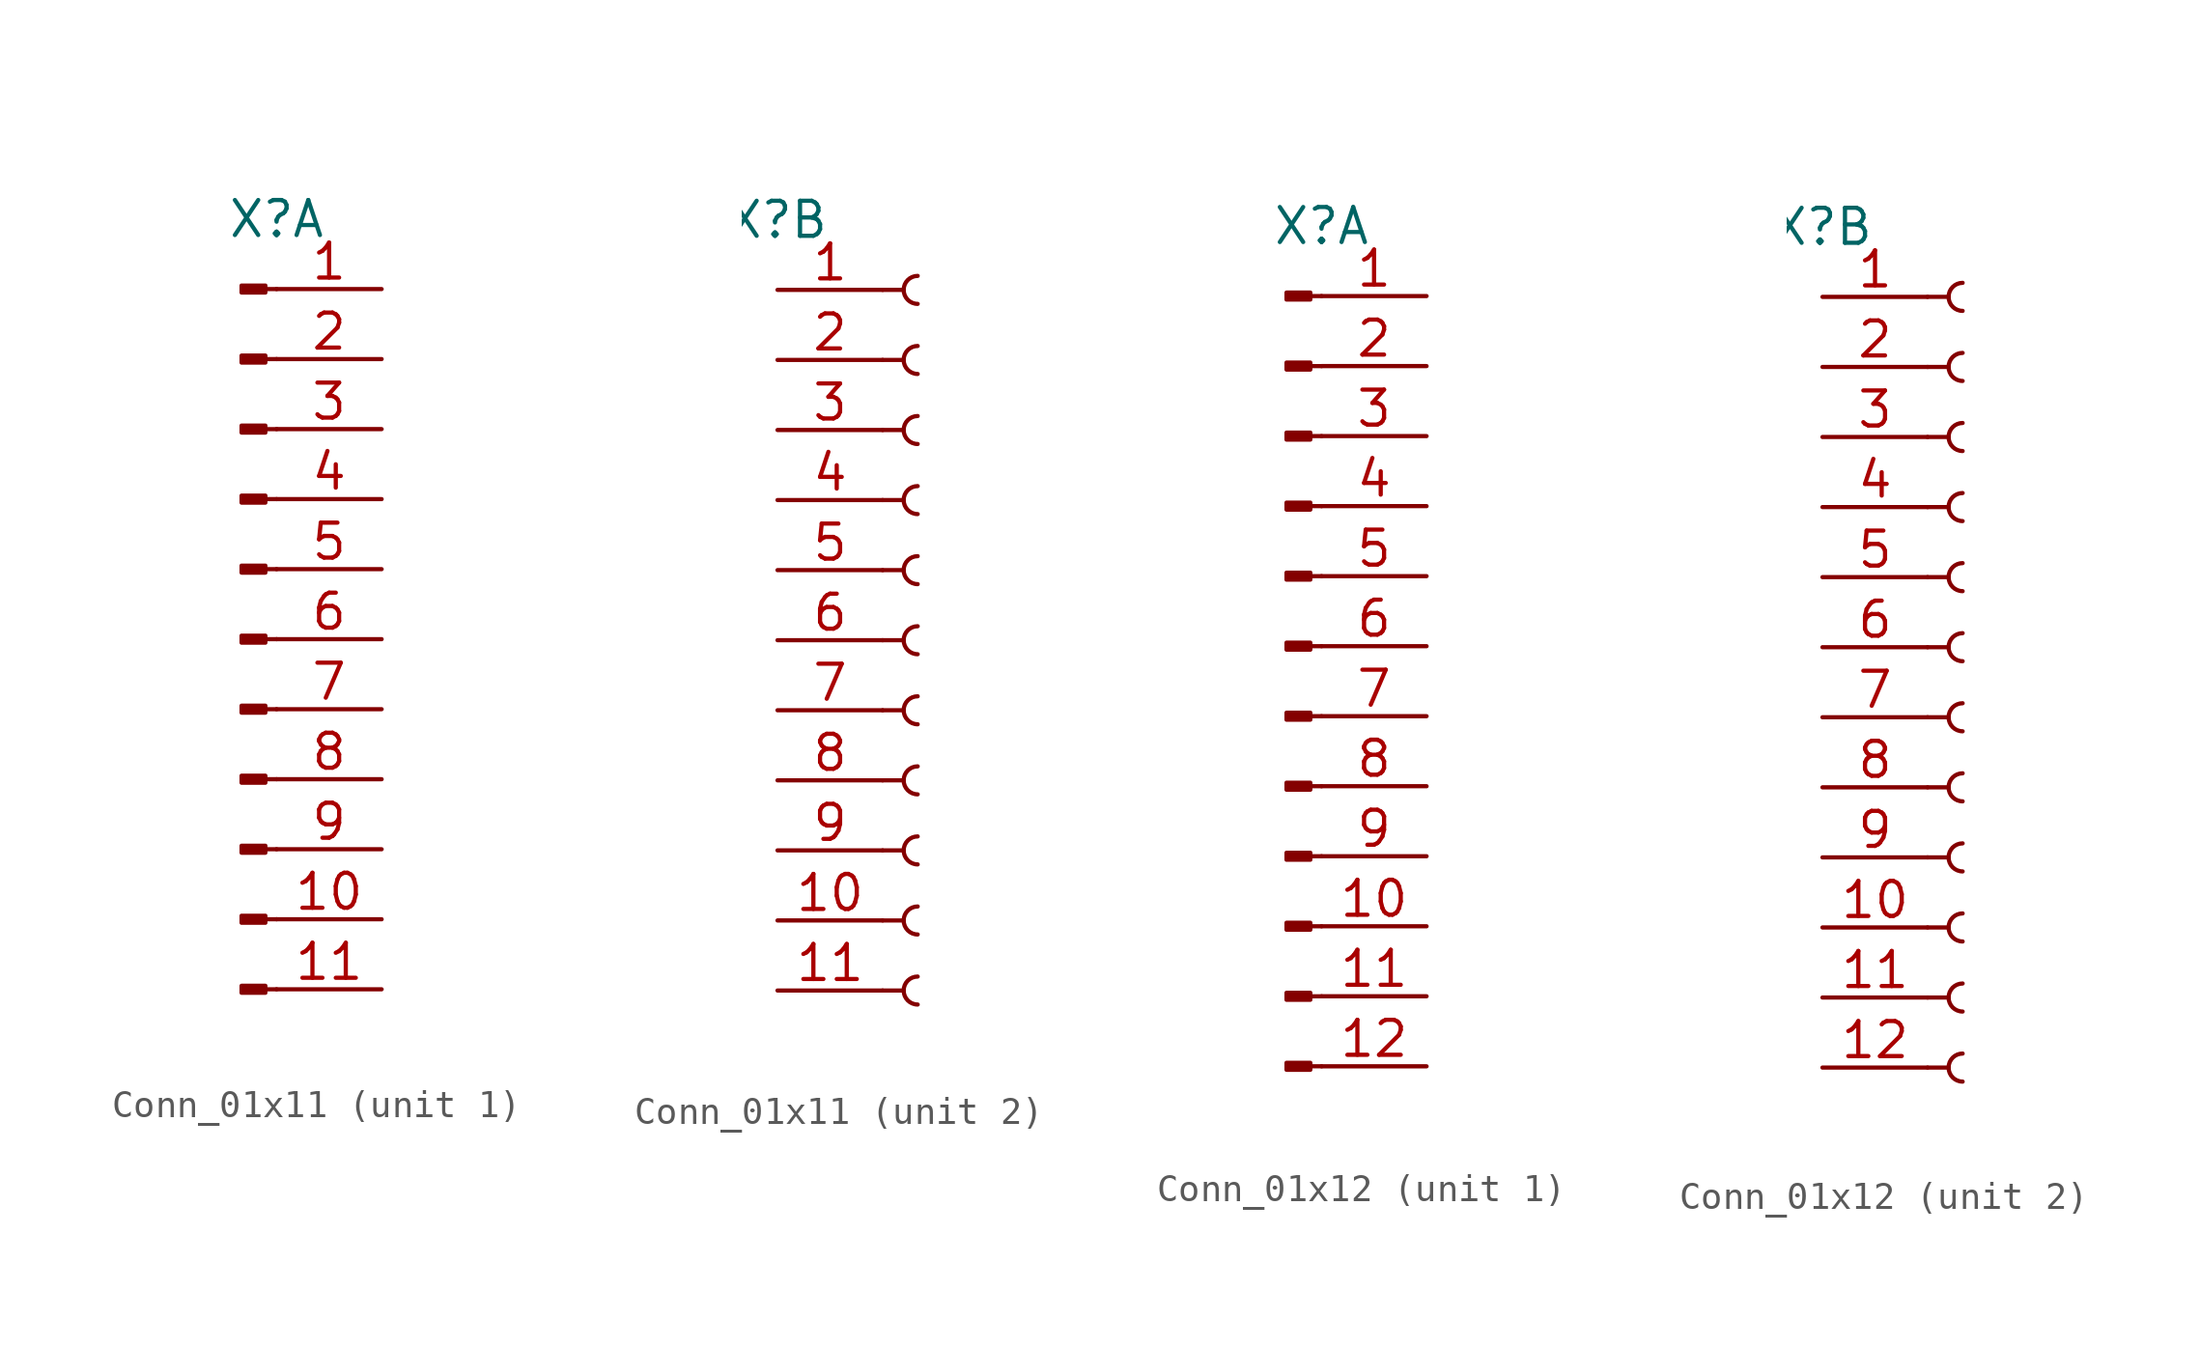
<source format=kicad_sym>
(kicad_symbol_lib
  (version 20241209)
  (generator "kicad_symbol_editor")
  (generator_version "9.0")
  (symbol "Conn_01x11"
    (pin_names
      (offset 1.016)
      (hide yes))
    (property "Reference" "X"
      (at 0 15.24 0)
      (do_not_autoplace)
      (effects (font (size 1.27 1.27))))
    (property "ki_locked" ""
      (at 0 0 0)
      (effects (font (size 1.27 1.27))))
    (symbol "Conn_01x11_1_1"
      (rectangle (start -0.406 12.827) (end -1.27 12.573) (stroke (width 0.152) (type default)) (fill (type outline)))
      (rectangle (start -0.406 10.287) (end -1.27 10.033) (stroke (width 0.152) (type default)) (fill (type outline)))
      (rectangle (start -0.406 7.747) (end -1.27 7.493) (stroke (width 0.152) (type default)) (fill (type outline)))
      (rectangle (start -0.406 5.207) (end -1.27 4.953) (stroke (width 0.152) (type default)) (fill (type outline)))
      (rectangle (start -0.406 2.667) (end -1.27 2.413) (stroke (width 0.152) (type default)) (fill (type outline)))
      (rectangle (start -0.406 0.127) (end -1.27 -0.127) (stroke (width 0.152) (type default)) (fill (type outline)))
      (rectangle (start -0.406 -2.413) (end -1.27 -2.667) (stroke (width 0.152) (type default)) (fill (type outline)))
      (rectangle (start -0.406 -4.953) (end -1.27 -5.207) (stroke (width 0.152) (type default)) (fill (type outline)))
      (rectangle (start -0.406 -7.493) (end -1.27 -7.747) (stroke (width 0.152) (type default)) (fill (type outline)))
      (rectangle (start -0.406 -10.033) (end -1.27 -10.287) (stroke (width 0.152) (type default)) (fill (type outline)))
      (rectangle (start -0.406 -12.573) (end -1.27 -12.827) (stroke (width 0.152) (type default)) (fill (type outline)))
      (polyline (pts (xy 0 12.7) (xy -0.406 12.7)) (stroke (width 0.152) (type default)) (fill (type none)))
      (polyline (pts (xy 0 10.16) (xy -0.406 10.16)) (stroke (width 0.152) (type default)) (fill (type none)))
      (polyline (pts (xy 0 7.62) (xy -0.406 7.62)) (stroke (width 0.152) (type default)) (fill (type none)))
      (polyline (pts (xy 0 5.08) (xy -0.406 5.08)) (stroke (width 0.152) (type default)) (fill (type none)))
      (polyline (pts (xy 0 2.54) (xy -0.406 2.54)) (stroke (width 0.152) (type default)) (fill (type none)))
      (polyline (pts (xy 0 0) (xy -0.406 0)) (stroke (width 0.152) (type default)) (fill (type none)))
      (polyline (pts (xy 0 -2.54) (xy -0.406 -2.54)) (stroke (width 0.152) (type default)) (fill (type none)))
      (polyline (pts (xy 0 -5.08) (xy -0.406 -5.08)) (stroke (width 0.152) (type default)) (fill (type none)))
      (polyline (pts (xy 0 -7.62) (xy -0.406 -7.62)) (stroke (width 0.152) (type default)) (fill (type none)))
      (polyline (pts (xy 0 -10.16) (xy -0.406 -10.16)) (stroke (width 0.152) (type default)) (fill (type none)))
      (polyline (pts (xy 0 -12.7) (xy -0.406 -12.7)) (stroke (width 0.152) (type default)) (fill (type none)))
      (pin passive line (at 3.81 12.7 180) (length 3.81) (name "Pin_1" (effects (font (size 1.27 1.27)))) (number "1" (effects (font (size 1.27 1.27)))))
      (pin passive line (at 3.81 10.16 180) (length 3.81) (name "Pin_2" (effects (font (size 1.27 1.27)))) (number "2" (effects (font (size 1.27 1.27)))))
      (pin passive line (at 3.81 7.62 180) (length 3.81) (name "Pin_3" (effects (font (size 1.27 1.27)))) (number "3" (effects (font (size 1.27 1.27)))))
      (pin passive line (at 3.81 5.08 180) (length 3.81) (name "Pin_4" (effects (font (size 1.27 1.27)))) (number "4" (effects (font (size 1.27 1.27)))))
      (pin passive line (at 3.81 2.54 180) (length 3.81) (name "Pin_5" (effects (font (size 1.27 1.27)))) (number "5" (effects (font (size 1.27 1.27)))))
      (pin passive line (at 3.81 0 180) (length 3.81) (name "Pin_6" (effects (font (size 1.27 1.27)))) (number "6" (effects (font (size 1.27 1.27)))))
      (pin passive line (at 3.81 -2.54 180) (length 3.81) (name "Pin_7" (effects (font (size 1.27 1.27)))) (number "7" (effects (font (size 1.27 1.27)))))
      (pin passive line (at 3.81 -5.08 180) (length 3.81) (name "Pin_8" (effects (font (size 1.27 1.27)))) (number "8" (effects (font (size 1.27 1.27)))))
      (pin passive line (at 3.81 -7.62 180) (length 3.81) (name "Pin_9" (effects (font (size 1.27 1.27)))) (number "9" (effects (font (size 1.27 1.27)))))
      (pin passive line (at 3.81 -10.16 180) (length 3.81) (name "Pin_10" (effects (font (size 1.27 1.27)))) (number "10" (effects (font (size 1.27 1.27)))))
      (pin passive line (at 3.81 -12.7 180) (length 3.81) (name "Pin_11" (effects (font (size 1.27 1.27)))) (number "11" (effects (font (size 1.27 1.27))))))
    (symbol "Conn_01x11_2_1"
      (polyline (pts (xy 3.81 12.7) (xy 4.572 12.7)) (stroke (width 0.152) (type default)) (fill (type none)))
      (polyline (pts (xy 3.81 10.16) (xy 4.572 10.16)) (stroke (width 0.152) (type default)) (fill (type none)))
      (polyline (pts (xy 3.81 7.62) (xy 4.572 7.62)) (stroke (width 0.152) (type default)) (fill (type none)))
      (polyline (pts (xy 3.81 5.08) (xy 4.572 5.08)) (stroke (width 0.152) (type default)) (fill (type none)))
      (polyline (pts (xy 3.81 2.54) (xy 4.572 2.54)) (stroke (width 0.152) (type default)) (fill (type none)))
      (polyline (pts (xy 3.81 0) (xy 4.572 0)) (stroke (width 0.152) (type default)) (fill (type none)))
      (polyline (pts (xy 3.81 -2.54) (xy 4.572 -2.54)) (stroke (width 0.152) (type default)) (fill (type none)))
      (polyline (pts (xy 3.81 -5.08) (xy 4.572 -5.08)) (stroke (width 0.152) (type default)) (fill (type none)))
      (polyline (pts (xy 3.81 -7.62) (xy 4.572 -7.62)) (stroke (width 0.152) (type default)) (fill (type none)))
      (polyline (pts (xy 3.81 -10.16) (xy 4.572 -10.16)) (stroke (width 0.152) (type default)) (fill (type none)))
      (polyline (pts (xy 3.81 -12.7) (xy 4.572 -12.7)) (stroke (width 0.152) (type default)) (fill (type none)))
      (arc (start 5.08 12.192) (mid 4.5742 12.7) (end 5.08 13.208) (stroke (width 0.1524) (type default)) (fill (type none)))
      (arc (start 5.08 9.652) (mid 4.5742 10.16) (end 5.08 10.668) (stroke (width 0.1524) (type default)) (fill (type none)))
      (arc (start 5.08 7.112) (mid 4.5742 7.62) (end 5.08 8.128) (stroke (width 0.1524) (type default)) (fill (type none)))
      (arc (start 5.08 4.572) (mid 4.5742 5.08) (end 5.08 5.588) (stroke (width 0.1524) (type default)) (fill (type none)))
      (arc (start 5.08 2.032) (mid 4.5742 2.54) (end 5.08 3.048) (stroke (width 0.1524) (type default)) (fill (type none)))
      (arc (start 5.08 -0.508) (mid 4.5742 0) (end 5.08 0.508) (stroke (width 0.1524) (type default)) (fill (type none)))
      (arc (start 5.08 -3.048) (mid 4.5742 -2.54) (end 5.08 -2.032) (stroke (width 0.1524) (type default)) (fill (type none)))
      (arc (start 5.08 -5.588) (mid 4.5742 -5.08) (end 5.08 -4.572) (stroke (width 0.1524) (type default)) (fill (type none)))
      (arc (start 5.08 -8.128) (mid 4.5742 -7.62) (end 5.08 -7.112) (stroke (width 0.1524) (type default)) (fill (type none)))
      (arc (start 5.08 -10.668) (mid 4.5742 -10.16) (end 5.08 -9.652) (stroke (width 0.1524) (type default)) (fill (type none)))
      (arc (start 5.08 -13.208) (mid 4.5742 -12.7) (end 5.08 -12.192) (stroke (width 0.1524) (type default)) (fill (type none)))
      (pin passive line (at 0 12.7 0) (length 3.81) (name "Pin_1" (effects (font (size 1.27 1.27)))) (number "1" (effects (font (size 1.27 1.27)))))
      (pin passive line (at 0 10.16 0) (length 3.81) (name "Pin_2" (effects (font (size 1.27 1.27)))) (number "2" (effects (font (size 1.27 1.27)))))
      (pin passive line (at 0 7.62 0) (length 3.81) (name "Pin_3" (effects (font (size 1.27 1.27)))) (number "3" (effects (font (size 1.27 1.27)))))
      (pin passive line (at 0 5.08 0) (length 3.81) (name "Pin_4" (effects (font (size 1.27 1.27)))) (number "4" (effects (font (size 1.27 1.27)))))
      (pin passive line (at 0 2.54 0) (length 3.81) (name "Pin_5" (effects (font (size 1.27 1.27)))) (number "5" (effects (font (size 1.27 1.27)))))
      (pin passive line (at 0 0 0) (length 3.81) (name "Pin_6" (effects (font (size 1.27 1.27)))) (number "6" (effects (font (size 1.27 1.27)))))
      (pin passive line (at 0 -2.54 0) (length 3.81) (name "Pin_7" (effects (font (size 1.27 1.27)))) (number "7" (effects (font (size 1.27 1.27)))))
      (pin passive line (at 0 -5.08 0) (length 3.81) (name "Pin_8" (effects (font (size 1.27 1.27)))) (number "8" (effects (font (size 1.27 1.27)))))
      (pin passive line (at 0 -7.62 0) (length 3.81) (name "Pin_9" (effects (font (size 1.27 1.27)))) (number "9" (effects (font (size 1.27 1.27)))))
      (pin passive line (at 0 -10.16 0) (length 3.81) (name "Pin_10" (effects (font (size 1.27 1.27)))) (number "10" (effects (font (size 1.27 1.27)))))
      (pin passive line (at 0 -12.7 0) (length 3.81) (name "Pin_11" (effects (font (size 1.27 1.27)))) (number "11" (effects (font (size 1.27 1.27)))))))
  (symbol "Conn_01x12"
    (pin_names
      (offset 1.016)
      (hide yes))
    (property "Reference" "X"
      (at 0 15.24 0)
      (do_not_autoplace)
      (effects (font (size 1.27 1.27))))
    (property "ki_locked" ""
      (at 0 0 0)
      (effects (font (size 1.27 1.27))))
    (symbol "Conn_01x12_1_1"
      (rectangle (start -0.406 12.827) (end -1.27 12.573) (stroke (width 0.152) (type default)) (fill (type outline)))
      (rectangle (start -0.406 10.287) (end -1.27 10.033) (stroke (width 0.152) (type default)) (fill (type outline)))
      (rectangle (start -0.406 7.747) (end -1.27 7.493) (stroke (width 0.152) (type default)) (fill (type outline)))
      (rectangle (start -0.406 5.207) (end -1.27 4.953) (stroke (width 0.152) (type default)) (fill (type outline)))
      (rectangle (start -0.406 2.667) (end -1.27 2.413) (stroke (width 0.152) (type default)) (fill (type outline)))
      (rectangle (start -0.406 0.127) (end -1.27 -0.127) (stroke (width 0.152) (type default)) (fill (type outline)))
      (rectangle (start -0.406 -2.413) (end -1.27 -2.667) (stroke (width 0.152) (type default)) (fill (type outline)))
      (rectangle (start -0.406 -4.953) (end -1.27 -5.207) (stroke (width 0.152) (type default)) (fill (type outline)))
      (rectangle (start -0.406 -7.493) (end -1.27 -7.747) (stroke (width 0.152) (type default)) (fill (type outline)))
      (rectangle (start -0.406 -10.033) (end -1.27 -10.287) (stroke (width 0.152) (type default)) (fill (type outline)))
      (rectangle (start -0.406 -12.573) (end -1.27 -12.827) (stroke (width 0.152) (type default)) (fill (type outline)))
      (rectangle (start -0.406 -15.113) (end -1.27 -15.367) (stroke (width 0.152) (type default)) (fill (type outline)))
      (polyline (pts (xy 0 12.7) (xy -0.406 12.7)) (stroke (width 0.152) (type default)) (fill (type none)))
      (polyline (pts (xy 0 10.16) (xy -0.406 10.16)) (stroke (width 0.152) (type default)) (fill (type none)))
      (polyline (pts (xy 0 7.62) (xy -0.406 7.62)) (stroke (width 0.152) (type default)) (fill (type none)))
      (polyline (pts (xy 0 5.08) (xy -0.406 5.08)) (stroke (width 0.152) (type default)) (fill (type none)))
      (polyline (pts (xy 0 2.54) (xy -0.406 2.54)) (stroke (width 0.152) (type default)) (fill (type none)))
      (polyline (pts (xy 0 0) (xy -0.406 0)) (stroke (width 0.152) (type default)) (fill (type none)))
      (polyline (pts (xy 0 -2.54) (xy -0.406 -2.54)) (stroke (width 0.152) (type default)) (fill (type none)))
      (polyline (pts (xy 0 -5.08) (xy -0.406 -5.08)) (stroke (width 0.152) (type default)) (fill (type none)))
      (polyline (pts (xy 0 -7.62) (xy -0.406 -7.62)) (stroke (width 0.152) (type default)) (fill (type none)))
      (polyline (pts (xy 0 -10.16) (xy -0.406 -10.16)) (stroke (width 0.152) (type default)) (fill (type none)))
      (polyline (pts (xy 0 -12.7) (xy -0.406 -12.7)) (stroke (width 0.152) (type default)) (fill (type none)))
      (polyline (pts (xy 0 -15.24) (xy -0.406 -15.24)) (stroke (width 0.152) (type default)) (fill (type none)))
      (pin passive line (at 3.81 12.7 180) (length 3.81) (name "Pin_1" (effects (font (size 1.27 1.27)))) (number "1" (effects (font (size 1.27 1.27)))))
      (pin passive line (at 3.81 10.16 180) (length 3.81) (name "Pin_2" (effects (font (size 1.27 1.27)))) (number "2" (effects (font (size 1.27 1.27)))))
      (pin passive line (at 3.81 7.62 180) (length 3.81) (name "Pin_3" (effects (font (size 1.27 1.27)))) (number "3" (effects (font (size 1.27 1.27)))))
      (pin passive line (at 3.81 5.08 180) (length 3.81) (name "Pin_4" (effects (font (size 1.27 1.27)))) (number "4" (effects (font (size 1.27 1.27)))))
      (pin passive line (at 3.81 2.54 180) (length 3.81) (name "Pin_5" (effects (font (size 1.27 1.27)))) (number "5" (effects (font (size 1.27 1.27)))))
      (pin passive line (at 3.81 0 180) (length 3.81) (name "Pin_6" (effects (font (size 1.27 1.27)))) (number "6" (effects (font (size 1.27 1.27)))))
      (pin passive line (at 3.81 -2.54 180) (length 3.81) (name "Pin_7" (effects (font (size 1.27 1.27)))) (number "7" (effects (font (size 1.27 1.27)))))
      (pin passive line (at 3.81 -5.08 180) (length 3.81) (name "Pin_8" (effects (font (size 1.27 1.27)))) (number "8" (effects (font (size 1.27 1.27)))))
      (pin passive line (at 3.81 -7.62 180) (length 3.81) (name "Pin_9" (effects (font (size 1.27 1.27)))) (number "9" (effects (font (size 1.27 1.27)))))
      (pin passive line (at 3.81 -10.16 180) (length 3.81) (name "Pin_10" (effects (font (size 1.27 1.27)))) (number "10" (effects (font (size 1.27 1.27)))))
      (pin passive line (at 3.81 -12.7 180) (length 3.81) (name "Pin_11" (effects (font (size 1.27 1.27)))) (number "11" (effects (font (size 1.27 1.27)))))
      (pin passive line (at 3.81 -15.24 180) (length 3.81) (name "Pin_12" (effects (font (size 1.27 1.27)))) (number "12" (effects (font (size 1.27 1.27))))))
    (symbol "Conn_01x12_2_1"
      (polyline (pts (xy 3.81 12.7) (xy 4.572 12.7)) (stroke (width 0.152) (type default)) (fill (type none)))
      (polyline (pts (xy 3.81 10.16) (xy 4.572 10.16)) (stroke (width 0.152) (type default)) (fill (type none)))
      (polyline (pts (xy 3.81 7.62) (xy 4.572 7.62)) (stroke (width 0.152) (type default)) (fill (type none)))
      (polyline (pts (xy 3.81 5.08) (xy 4.572 5.08)) (stroke (width 0.152) (type default)) (fill (type none)))
      (polyline (pts (xy 3.81 2.54) (xy 4.572 2.54)) (stroke (width 0.152) (type default)) (fill (type none)))
      (polyline (pts (xy 3.81 0) (xy 4.572 0)) (stroke (width 0.152) (type default)) (fill (type none)))
      (polyline (pts (xy 3.81 -2.54) (xy 4.572 -2.54)) (stroke (width 0.152) (type default)) (fill (type none)))
      (polyline (pts (xy 3.81 -5.08) (xy 4.572 -5.08)) (stroke (width 0.152) (type default)) (fill (type none)))
      (polyline (pts (xy 3.81 -7.62) (xy 4.572 -7.62)) (stroke (width 0.152) (type default)) (fill (type none)))
      (polyline (pts (xy 3.81 -10.16) (xy 4.572 -10.16)) (stroke (width 0.152) (type default)) (fill (type none)))
      (polyline (pts (xy 3.81 -12.7) (xy 4.572 -12.7)) (stroke (width 0.152) (type default)) (fill (type none)))
      (polyline (pts (xy 3.81 -15.24) (xy 4.572 -15.24)) (stroke (width 0.152) (type default)) (fill (type none)))
      (arc (start 5.08 12.192) (mid 4.5742 12.7) (end 5.08 13.208) (stroke (width 0.1524) (type default)) (fill (type none)))
      (arc (start 5.08 9.652) (mid 4.5742 10.16) (end 5.08 10.668) (stroke (width 0.1524) (type default)) (fill (type none)))
      (arc (start 5.08 7.112) (mid 4.5742 7.62) (end 5.08 8.128) (stroke (width 0.1524) (type default)) (fill (type none)))
      (arc (start 5.08 4.572) (mid 4.5742 5.08) (end 5.08 5.588) (stroke (width 0.1524) (type default)) (fill (type none)))
      (arc (start 5.08 2.032) (mid 4.5742 2.54) (end 5.08 3.048) (stroke (width 0.1524) (type default)) (fill (type none)))
      (arc (start 5.08 -0.508) (mid 4.5742 0) (end 5.08 0.508) (stroke (width 0.1524) (type default)) (fill (type none)))
      (arc (start 5.08 -3.048) (mid 4.5742 -2.54) (end 5.08 -2.032) (stroke (width 0.1524) (type default)) (fill (type none)))
      (arc (start 5.08 -5.588) (mid 4.5742 -5.08) (end 5.08 -4.572) (stroke (width 0.1524) (type default)) (fill (type none)))
      (arc (start 5.08 -8.128) (mid 4.5742 -7.62) (end 5.08 -7.112) (stroke (width 0.1524) (type default)) (fill (type none)))
      (arc (start 5.08 -10.668) (mid 4.5742 -10.16) (end 5.08 -9.652) (stroke (width 0.1524) (type default)) (fill (type none)))
      (arc (start 5.08 -13.208) (mid 4.5742 -12.7) (end 5.08 -12.192) (stroke (width 0.1524) (type default)) (fill (type none)))
      (arc (start 5.08 -15.748) (mid 4.5742 -15.24) (end 5.08 -14.732) (stroke (width 0.1524) (type default)) (fill (type none)))
      (pin passive line (at 0 12.7 0) (length 3.81) (name "Pin_1" (effects (font (size 1.27 1.27)))) (number "1" (effects (font (size 1.27 1.27)))))
      (pin passive line (at 0 10.16 0) (length 3.81) (name "Pin_2" (effects (font (size 1.27 1.27)))) (number "2" (effects (font (size 1.27 1.27)))))
      (pin passive line (at 0 7.62 0) (length 3.81) (name "Pin_3" (effects (font (size 1.27 1.27)))) (number "3" (effects (font (size 1.27 1.27)))))
      (pin passive line (at 0 5.08 0) (length 3.81) (name "Pin_4" (effects (font (size 1.27 1.27)))) (number "4" (effects (font (size 1.27 1.27)))))
      (pin passive line (at 0 2.54 0) (length 3.81) (name "Pin_5" (effects (font (size 1.27 1.27)))) (number "5" (effects (font (size 1.27 1.27)))))
      (pin passive line (at 0 0 0) (length 3.81) (name "Pin_6" (effects (font (size 1.27 1.27)))) (number "6" (effects (font (size 1.27 1.27)))))
      (pin passive line (at 0 -2.54 0) (length 3.81) (name "Pin_7" (effects (font (size 1.27 1.27)))) (number "7" (effects (font (size 1.27 1.27)))))
      (pin passive line (at 0 -5.08 0) (length 3.81) (name "Pin_8" (effects (font (size 1.27 1.27)))) (number "8" (effects (font (size 1.27 1.27)))))
      (pin passive line (at 0 -7.62 0) (length 3.81) (name "Pin_9" (effects (font (size 1.27 1.27)))) (number "9" (effects (font (size 1.27 1.27)))))
      (pin passive line (at 0 -10.16 0) (length 3.81) (name "Pin_10" (effects (font (size 1.27 1.27)))) (number "10" (effects (font (size 1.27 1.27)))))
      (pin passive line (at 0 -12.7 0) (length 3.81) (name "Pin_11" (effects (font (size 1.27 1.27)))) (number "11" (effects (font (size 1.27 1.27)))))
      (pin passive line (at 0 -15.24 0) (length 3.81) (name "Pin_12" (effects (font (size 1.27 1.27)))) (number "12" (effects (font (size 1.27 1.27))))))))
</source>
